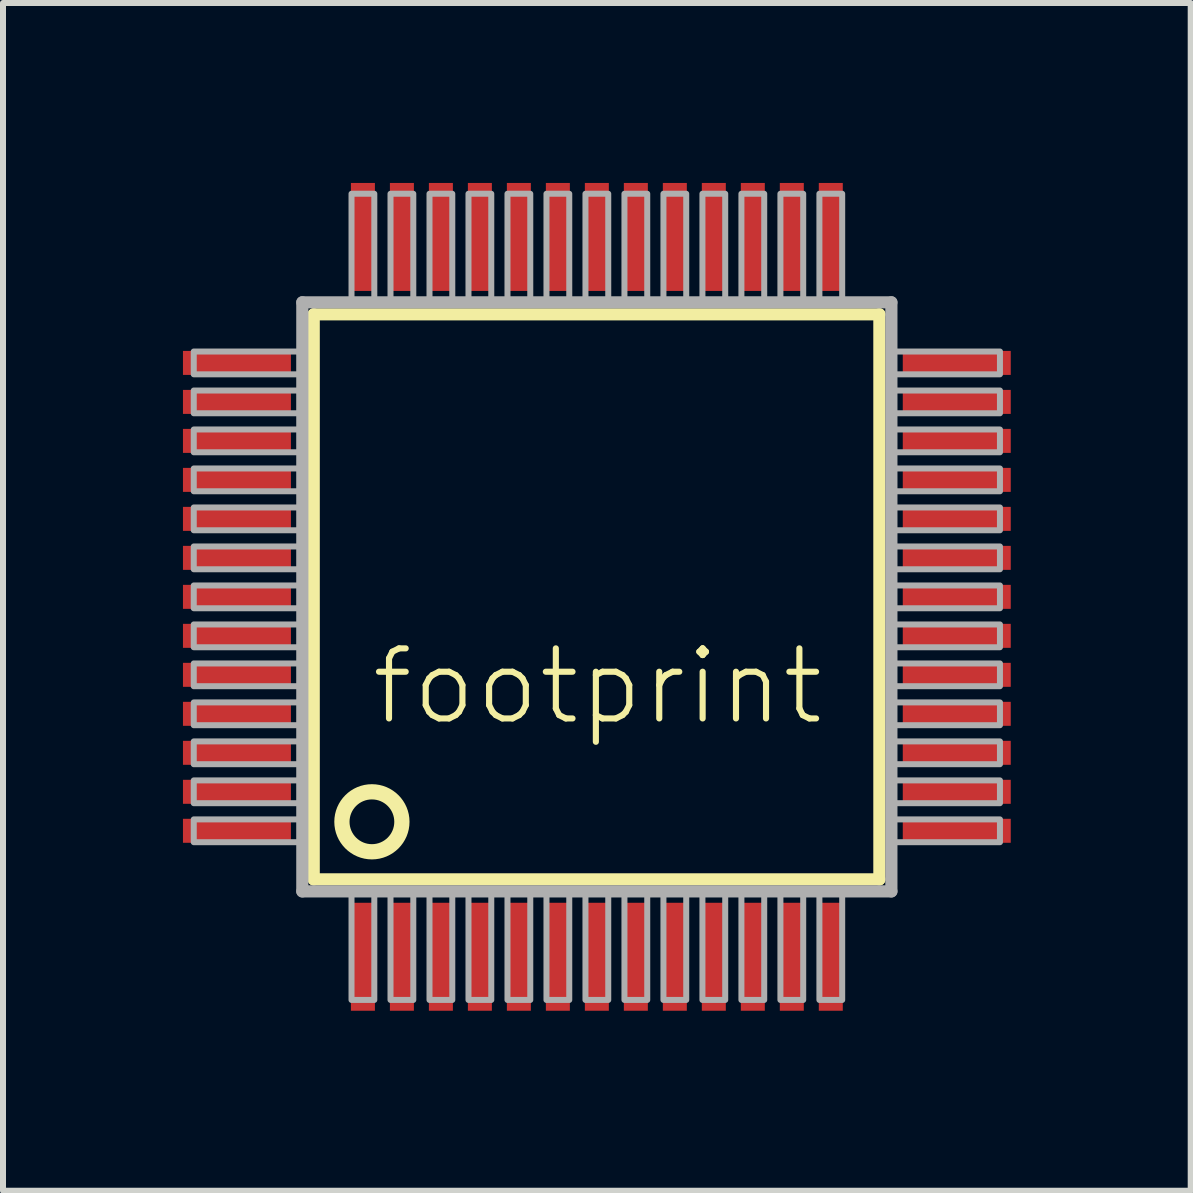
<source format=kicad_pcb>
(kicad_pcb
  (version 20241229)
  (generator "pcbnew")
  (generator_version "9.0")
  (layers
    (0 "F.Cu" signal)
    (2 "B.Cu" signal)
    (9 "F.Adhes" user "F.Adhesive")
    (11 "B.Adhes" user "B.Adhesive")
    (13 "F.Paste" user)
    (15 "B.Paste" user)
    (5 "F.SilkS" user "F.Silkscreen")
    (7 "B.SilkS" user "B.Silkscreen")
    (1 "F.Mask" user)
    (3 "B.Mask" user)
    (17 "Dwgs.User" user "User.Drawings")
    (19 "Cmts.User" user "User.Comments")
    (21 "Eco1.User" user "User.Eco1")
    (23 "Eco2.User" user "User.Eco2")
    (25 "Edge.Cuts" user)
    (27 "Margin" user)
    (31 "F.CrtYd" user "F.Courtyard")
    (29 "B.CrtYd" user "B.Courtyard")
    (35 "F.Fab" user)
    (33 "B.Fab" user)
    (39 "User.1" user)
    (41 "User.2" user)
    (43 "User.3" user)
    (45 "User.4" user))
  (footprint "footprint"
    (layer "F.Cu")
    (at 6.9 6.9)
    (property "Reference" "footprint" (at -3.81 2.175 0) (layer "F.SilkS") (effects (font (size 1.168 1.168) (thickness 0.102)) (justify left bottom)))
    (fp_line (start -4.72 -4.71) (end 4.71 -4.71) (stroke (width 0.203) (type solid)) (layer "F.SilkS"))
    (fp_line (start -4.72 4.71) (end -4.72 -4.71) (stroke (width 0.203) (type solid)) (layer "F.SilkS"))
    (fp_line (start 4.71 -4.71) (end 4.71 4.71) (stroke (width 0.203) (type solid)) (layer "F.SilkS"))
    (fp_line (start 4.71 4.71) (end -4.72 4.71) (stroke (width 0.203) (type solid)) (layer "F.SilkS"))
    (fp_circle (center -3.75 3.75) (end -3.25 3.75) (stroke (width 0.254) (type solid)) (fill no) (layer "F.SilkS"))
    (fp_line (start -4.91 -4.91) (end -4.91 4.91) (stroke (width 0.203) (type solid)) (layer "F.Fab"))
    (fp_line (start -4.91 4.91) (end 4.91 4.91) (stroke (width 0.203) (type solid)) (layer "F.Fab"))
    (fp_line (start 4.91 -4.91) (end -4.91 -4.91) (stroke (width 0.203) (type solid)) (layer "F.Fab"))
    (fp_line (start 4.91 4.91) (end 4.91 -4.91) (stroke (width 0.203) (type solid)) (layer "F.Fab"))
    (fp_poly (pts (xy -6.72 -3.71) (xy -4.95 -3.71) (xy -4.95 -4.09) (xy -6.72 -4.09)) (stroke (width 0.1) (type solid)) (fill no) (layer "F.Fab"))
    (fp_poly (pts (xy -6.72 -3.06) (xy -4.95 -3.06) (xy -4.95 -3.44) (xy -6.72 -3.44)) (stroke (width 0.1) (type solid)) (fill no) (layer "F.Fab"))
    (fp_poly (pts (xy -6.72 -2.41) (xy -4.95 -2.41) (xy -4.95 -2.79) (xy -6.72 -2.79)) (stroke (width 0.1) (type solid)) (fill no) (layer "F.Fab"))
    (fp_poly (pts (xy -6.72 -1.76) (xy -4.95 -1.76) (xy -4.95 -2.14) (xy -6.72 -2.14)) (stroke (width 0.1) (type solid)) (fill no) (layer "F.Fab"))
    (fp_poly (pts (xy -6.72 -1.11) (xy -4.95 -1.11) (xy -4.95 -1.49) (xy -6.72 -1.49)) (stroke (width 0.1) (type solid)) (fill no) (layer "F.Fab"))
    (fp_poly (pts (xy -6.72 -0.46) (xy -4.95 -0.46) (xy -4.95 -0.84) (xy -6.72 -0.84)) (stroke (width 0.1) (type solid)) (fill no) (layer "F.Fab"))
    (fp_poly (pts (xy -6.72 0.19) (xy -4.95 0.19) (xy -4.95 -0.19) (xy -6.72 -0.19)) (stroke (width 0.1) (type solid)) (fill no) (layer "F.Fab"))
    (fp_poly (pts (xy -6.72 0.84) (xy -4.95 0.84) (xy -4.95 0.46) (xy -6.72 0.46)) (stroke (width 0.1) (type solid)) (fill no) (layer "F.Fab"))
    (fp_poly (pts (xy -6.72 1.49) (xy -4.95 1.49) (xy -4.95 1.11) (xy -6.72 1.11)) (stroke (width 0.1) (type solid)) (fill no) (layer "F.Fab"))
    (fp_poly (pts (xy -6.72 2.14) (xy -4.95 2.14) (xy -4.95 1.76) (xy -6.72 1.76)) (stroke (width 0.1) (type solid)) (fill no) (layer "F.Fab"))
    (fp_poly (pts (xy -6.72 2.79) (xy -4.95 2.79) (xy -4.95 2.41) (xy -6.72 2.41)) (stroke (width 0.1) (type solid)) (fill no) (layer "F.Fab"))
    (fp_poly (pts (xy -6.72 3.44) (xy -4.95 3.44) (xy -4.95 3.06) (xy -6.72 3.06)) (stroke (width 0.1) (type solid)) (fill no) (layer "F.Fab"))
    (fp_poly (pts (xy -6.72 4.09) (xy -4.95 4.09) (xy -4.95 3.71) (xy -6.72 3.71)) (stroke (width 0.1) (type solid)) (fill no) (layer "F.Fab"))
    (fp_poly (pts (xy -4.09 -4.95) (xy -3.71 -4.95) (xy -3.71 -6.72) (xy -4.09 -6.72)) (stroke (width 0.1) (type solid)) (fill no) (layer "F.Fab"))
    (fp_poly (pts (xy -4.09 6.72) (xy -3.71 6.72) (xy -3.71 4.95) (xy -4.09 4.95)) (stroke (width 0.1) (type solid)) (fill no) (layer "F.Fab"))
    (fp_poly (pts (xy -3.44 -4.95) (xy -3.06 -4.95) (xy -3.06 -6.72) (xy -3.44 -6.72)) (stroke (width 0.1) (type solid)) (fill no) (layer "F.Fab"))
    (fp_poly (pts (xy -3.44 6.72) (xy -3.06 6.72) (xy -3.06 4.95) (xy -3.44 4.95)) (stroke (width 0.1) (type solid)) (fill no) (layer "F.Fab"))
    (fp_poly (pts (xy -2.79 -4.95) (xy -2.41 -4.95) (xy -2.41 -6.72) (xy -2.79 -6.72)) (stroke (width 0.1) (type solid)) (fill no) (layer "F.Fab"))
    (fp_poly (pts (xy -2.79 6.72) (xy -2.41 6.72) (xy -2.41 4.95) (xy -2.79 4.95)) (stroke (width 0.1) (type solid)) (fill no) (layer "F.Fab"))
    (fp_poly (pts (xy -2.14 -4.95) (xy -1.76 -4.95) (xy -1.76 -6.72) (xy -2.14 -6.72)) (stroke (width 0.1) (type solid)) (fill no) (layer "F.Fab"))
    (fp_poly (pts (xy -2.14 6.72) (xy -1.76 6.72) (xy -1.76 4.95) (xy -2.14 4.95)) (stroke (width 0.1) (type solid)) (fill no) (layer "F.Fab"))
    (fp_poly (pts (xy -1.49 -4.95) (xy -1.11 -4.95) (xy -1.11 -6.72) (xy -1.49 -6.72)) (stroke (width 0.1) (type solid)) (fill no) (layer "F.Fab"))
    (fp_poly (pts (xy -1.49 6.72) (xy -1.11 6.72) (xy -1.11 4.95) (xy -1.49 4.95)) (stroke (width 0.1) (type solid)) (fill no) (layer "F.Fab"))
    (fp_poly (pts (xy -0.84 -4.95) (xy -0.46 -4.95) (xy -0.46 -6.72) (xy -0.84 -6.72)) (stroke (width 0.1) (type solid)) (fill no) (layer "F.Fab"))
    (fp_poly (pts (xy -0.84 6.72) (xy -0.46 6.72) (xy -0.46 4.95) (xy -0.84 4.95)) (stroke (width 0.1) (type solid)) (fill no) (layer "F.Fab"))
    (fp_poly (pts (xy -0.19 -4.95) (xy 0.19 -4.95) (xy 0.19 -6.72) (xy -0.19 -6.72)) (stroke (width 0.1) (type solid)) (fill no) (layer "F.Fab"))
    (fp_poly (pts (xy -0.19 6.72) (xy 0.19 6.72) (xy 0.19 4.95) (xy -0.19 4.95)) (stroke (width 0.1) (type solid)) (fill no) (layer "F.Fab"))
    (fp_poly (pts (xy 0.46 -4.95) (xy 0.84 -4.95) (xy 0.84 -6.72) (xy 0.46 -6.72)) (stroke (width 0.1) (type solid)) (fill no) (layer "F.Fab"))
    (fp_poly (pts (xy 0.46 6.72) (xy 0.84 6.72) (xy 0.84 4.95) (xy 0.46 4.95)) (stroke (width 0.1) (type solid)) (fill no) (layer "F.Fab"))
    (fp_poly (pts (xy 1.11 -4.95) (xy 1.49 -4.95) (xy 1.49 -6.72) (xy 1.11 -6.72)) (stroke (width 0.1) (type solid)) (fill no) (layer "F.Fab"))
    (fp_poly (pts (xy 1.11 6.72) (xy 1.49 6.72) (xy 1.49 4.95) (xy 1.11 4.95)) (stroke (width 0.1) (type solid)) (fill no) (layer "F.Fab"))
    (fp_poly (pts (xy 1.76 -4.95) (xy 2.14 -4.95) (xy 2.14 -6.72) (xy 1.76 -6.72)) (stroke (width 0.1) (type solid)) (fill no) (layer "F.Fab"))
    (fp_poly (pts (xy 1.76 6.72) (xy 2.14 6.72) (xy 2.14 4.95) (xy 1.76 4.95)) (stroke (width 0.1) (type solid)) (fill no) (layer "F.Fab"))
    (fp_poly (pts (xy 2.41 -4.95) (xy 2.79 -4.95) (xy 2.79 -6.72) (xy 2.41 -6.72)) (stroke (width 0.1) (type solid)) (fill no) (layer "F.Fab"))
    (fp_poly (pts (xy 2.41 6.72) (xy 2.79 6.72) (xy 2.79 4.95) (xy 2.41 4.95)) (stroke (width 0.1) (type solid)) (fill no) (layer "F.Fab"))
    (fp_poly (pts (xy 3.06 -4.95) (xy 3.44 -4.95) (xy 3.44 -6.72) (xy 3.06 -6.72)) (stroke (width 0.1) (type solid)) (fill no) (layer "F.Fab"))
    (fp_poly (pts (xy 3.06 6.72) (xy 3.44 6.72) (xy 3.44 4.95) (xy 3.06 4.95)) (stroke (width 0.1) (type solid)) (fill no) (layer "F.Fab"))
    (fp_poly (pts (xy 3.71 -4.95) (xy 4.09 -4.95) (xy 4.09 -6.72) (xy 3.71 -6.72)) (stroke (width 0.1) (type solid)) (fill no) (layer "F.Fab"))
    (fp_poly (pts (xy 3.71 6.72) (xy 4.09 6.72) (xy 4.09 4.95) (xy 3.71 4.95)) (stroke (width 0.1) (type solid)) (fill no) (layer "F.Fab"))
    (fp_poly (pts (xy 4.95 -3.71) (xy 6.72 -3.71) (xy 6.72 -4.09) (xy 4.95 -4.09)) (stroke (width 0.1) (type solid)) (fill no) (layer "F.Fab"))
    (fp_poly (pts (xy 4.95 -3.06) (xy 6.72 -3.06) (xy 6.72 -3.44) (xy 4.95 -3.44)) (stroke (width 0.1) (type solid)) (fill no) (layer "F.Fab"))
    (fp_poly (pts (xy 4.95 -2.41) (xy 6.72 -2.41) (xy 6.72 -2.79) (xy 4.95 -2.79)) (stroke (width 0.1) (type solid)) (fill no) (layer "F.Fab"))
    (fp_poly (pts (xy 4.95 -1.76) (xy 6.72 -1.76) (xy 6.72 -2.14) (xy 4.95 -2.14)) (stroke (width 0.1) (type solid)) (fill no) (layer "F.Fab"))
    (fp_poly (pts (xy 4.95 -1.11) (xy 6.72 -1.11) (xy 6.72 -1.49) (xy 4.95 -1.49)) (stroke (width 0.1) (type solid)) (fill no) (layer "F.Fab"))
    (fp_poly (pts (xy 4.95 -0.46) (xy 6.72 -0.46) (xy 6.72 -0.84) (xy 4.95 -0.84)) (stroke (width 0.1) (type solid)) (fill no) (layer "F.Fab"))
    (fp_poly (pts (xy 4.95 0.19) (xy 6.72 0.19) (xy 6.72 -0.19) (xy 4.95 -0.19)) (stroke (width 0.1) (type solid)) (fill no) (layer "F.Fab"))
    (fp_poly (pts (xy 4.95 0.84) (xy 6.72 0.84) (xy 6.72 0.46) (xy 4.95 0.46)) (stroke (width 0.1) (type solid)) (fill no) (layer "F.Fab"))
    (fp_poly (pts (xy 4.95 1.49) (xy 6.72 1.49) (xy 6.72 1.11) (xy 4.95 1.11)) (stroke (width 0.1) (type solid)) (fill no) (layer "F.Fab"))
    (fp_poly (pts (xy 4.95 2.14) (xy 6.72 2.14) (xy 6.72 1.76) (xy 4.95 1.76)) (stroke (width 0.1) (type solid)) (fill no) (layer "F.Fab"))
    (fp_poly (pts (xy 4.95 2.79) (xy 6.72 2.79) (xy 6.72 2.41) (xy 4.95 2.41)) (stroke (width 0.1) (type solid)) (fill no) (layer "F.Fab"))
    (fp_poly (pts (xy 4.95 3.44) (xy 6.72 3.44) (xy 6.72 3.06) (xy 4.95 3.06)) (stroke (width 0.1) (type solid)) (fill no) (layer "F.Fab"))
    (fp_poly (pts (xy 4.95 4.09) (xy 6.72 4.09) (xy 6.72 3.71) (xy 4.95 3.71)) (stroke (width 0.1) (type solid)) (fill no) (layer "F.Fab"))
    (pad "1" smd rect (at -3.9 6) (size 0.4 1.8) (layers "F.Cu" "F.Mask" "F.Paste"))
    (pad "2" smd rect (at -3.25 6) (size 0.4 1.8) (layers "F.Cu" "F.Mask" "F.Paste"))
    (pad "3" smd rect (at -2.6 6) (size 0.4 1.8) (layers "F.Cu" "F.Mask" "F.Paste"))
    (pad "4" smd rect (at -1.95 6) (size 0.4 1.8) (layers "F.Cu" "F.Mask" "F.Paste"))
    (pad "5" smd rect (at -1.3 6) (size 0.4 1.8) (layers "F.Cu" "F.Mask" "F.Paste"))
    (pad "6" smd rect (at -0.65 6) (size 0.4 1.8) (layers "F.Cu" "F.Mask" "F.Paste"))
    (pad "7" smd rect (at 0 6) (size 0.4 1.8) (layers "F.Cu" "F.Mask" "F.Paste"))
    (pad "8" smd rect (at 0.65 6) (size 0.4 1.8) (layers "F.Cu" "F.Mask" "F.Paste"))
    (pad "9" smd rect (at 1.3 6) (size 0.4 1.8) (layers "F.Cu" "F.Mask" "F.Paste"))
    (pad "10" smd rect (at 1.95 6) (size 0.4 1.8) (layers "F.Cu" "F.Mask" "F.Paste"))
    (pad "11" smd rect (at 2.6 6) (size 0.4 1.8) (layers "F.Cu" "F.Mask" "F.Paste"))
    (pad "12" smd rect (at 3.25 6) (size 0.4 1.8) (layers "F.Cu" "F.Mask" "F.Paste"))
    (pad "13" smd rect (at 3.9 6) (size 0.4 1.8) (layers "F.Cu" "F.Mask" "F.Paste"))
    (pad "14" smd rect (at 6 3.9) (size 1.8 0.4) (layers "F.Cu" "F.Mask" "F.Paste"))
    (pad "15" smd rect (at 6 3.25) (size 1.8 0.4) (layers "F.Cu" "F.Mask" "F.Paste"))
    (pad "16" smd rect (at 6 2.6) (size 1.8 0.4) (layers "F.Cu" "F.Mask" "F.Paste"))
    (pad "17" smd rect (at 6 1.95) (size 1.8 0.4) (layers "F.Cu" "F.Mask" "F.Paste"))
    (pad "18" smd rect (at 6 1.3) (size 1.8 0.4) (layers "F.Cu" "F.Mask" "F.Paste"))
    (pad "19" smd rect (at 6 0.65) (size 1.8 0.4) (layers "F.Cu" "F.Mask" "F.Paste"))
    (pad "20" smd rect (at 6 0) (size 1.8 0.4) (layers "F.Cu" "F.Mask" "F.Paste"))
    (pad "21" smd rect (at 6 -0.65) (size 1.8 0.4) (layers "F.Cu" "F.Mask" "F.Paste"))
    (pad "22" smd rect (at 6 -1.3) (size 1.8 0.4) (layers "F.Cu" "F.Mask" "F.Paste"))
    (pad "23" smd rect (at 6 -1.95) (size 1.8 0.4) (layers "F.Cu" "F.Mask" "F.Paste"))
    (pad "24" smd rect (at 6 -2.6) (size 1.8 0.4) (layers "F.Cu" "F.Mask" "F.Paste"))
    (pad "25" smd rect (at 6 -3.25) (size 1.8 0.4) (layers "F.Cu" "F.Mask" "F.Paste"))
    (pad "26" smd rect (at 6 -3.9) (size 1.8 0.4) (layers "F.Cu" "F.Mask" "F.Paste"))
    (pad "27" smd rect (at 3.9 -6) (size 0.4 1.8) (layers "F.Cu" "F.Mask" "F.Paste"))
    (pad "28" smd rect (at 3.25 -6) (size 0.4 1.8) (layers "F.Cu" "F.Mask" "F.Paste"))
    (pad "29" smd rect (at 2.6 -6) (size 0.4 1.8) (layers "F.Cu" "F.Mask" "F.Paste"))
    (pad "30" smd rect (at 1.95 -6) (size 0.4 1.8) (layers "F.Cu" "F.Mask" "F.Paste"))
    (pad "31" smd rect (at 1.3 -6) (size 0.4 1.8) (layers "F.Cu" "F.Mask" "F.Paste"))
    (pad "32" smd rect (at 0.65 -6) (size 0.4 1.8) (layers "F.Cu" "F.Mask" "F.Paste"))
    (pad "33" smd rect (at 0 -6) (size 0.4 1.8) (layers "F.Cu" "F.Mask" "F.Paste"))
    (pad "34" smd rect (at -0.65 -6) (size 0.4 1.8) (layers "F.Cu" "F.Mask" "F.Paste"))
    (pad "35" smd rect (at -1.3 -6) (size 0.4 1.8) (layers "F.Cu" "F.Mask" "F.Paste"))
    (pad "36" smd rect (at -1.95 -6) (size 0.4 1.8) (layers "F.Cu" "F.Mask" "F.Paste"))
    (pad "37" smd rect (at -2.6 -6) (size 0.4 1.8) (layers "F.Cu" "F.Mask" "F.Paste"))
    (pad "38" smd rect (at -3.25 -6) (size 0.4 1.8) (layers "F.Cu" "F.Mask" "F.Paste"))
    (pad "39" smd rect (at -3.9 -6) (size 0.4 1.8) (layers "F.Cu" "F.Mask" "F.Paste"))
    (pad "40" smd rect (at -6 -3.9) (size 1.8 0.4) (layers "F.Cu" "F.Mask" "F.Paste"))
    (pad "41" smd rect (at -6 -3.25) (size 1.8 0.4) (layers "F.Cu" "F.Mask" "F.Paste"))
    (pad "42" smd rect (at -6 -2.6) (size 1.8 0.4) (layers "F.Cu" "F.Mask" "F.Paste"))
    (pad "43" smd rect (at -6 -1.95) (size 1.8 0.4) (layers "F.Cu" "F.Mask" "F.Paste"))
    (pad "44" smd rect (at -6 -1.3) (size 1.8 0.4) (layers "F.Cu" "F.Mask" "F.Paste"))
    (pad "45" smd rect (at -6 -0.65) (size 1.8 0.4) (layers "F.Cu" "F.Mask" "F.Paste"))
    (pad "46" smd rect (at -6 0) (size 1.8 0.4) (layers "F.Cu" "F.Mask" "F.Paste"))
    (pad "47" smd rect (at -6 0.65) (size 1.8 0.4) (layers "F.Cu" "F.Mask" "F.Paste"))
    (pad "48" smd rect (at -6 1.3) (size 1.8 0.4) (layers "F.Cu" "F.Mask" "F.Paste"))
    (pad "49" smd rect (at -6 1.95) (size 1.8 0.4) (layers "F.Cu" "F.Mask" "F.Paste"))
    (pad "50" smd rect (at -6 2.6) (size 1.8 0.4) (layers "F.Cu" "F.Mask" "F.Paste"))
    (pad "51" smd rect (at -6 3.25) (size 1.8 0.4) (layers "F.Cu" "F.Mask" "F.Paste"))
    (pad "52" smd rect (at -6 3.9) (size 1.8 0.4) (layers "F.Cu" "F.Mask" "F.Paste")))
  (gr_rect
    (start -3 -3)
    (end 16.8 16.8)
    (stroke (width 0.1) (type default))
    (fill no)
    (layer "Edge.Cuts")))
</source>
